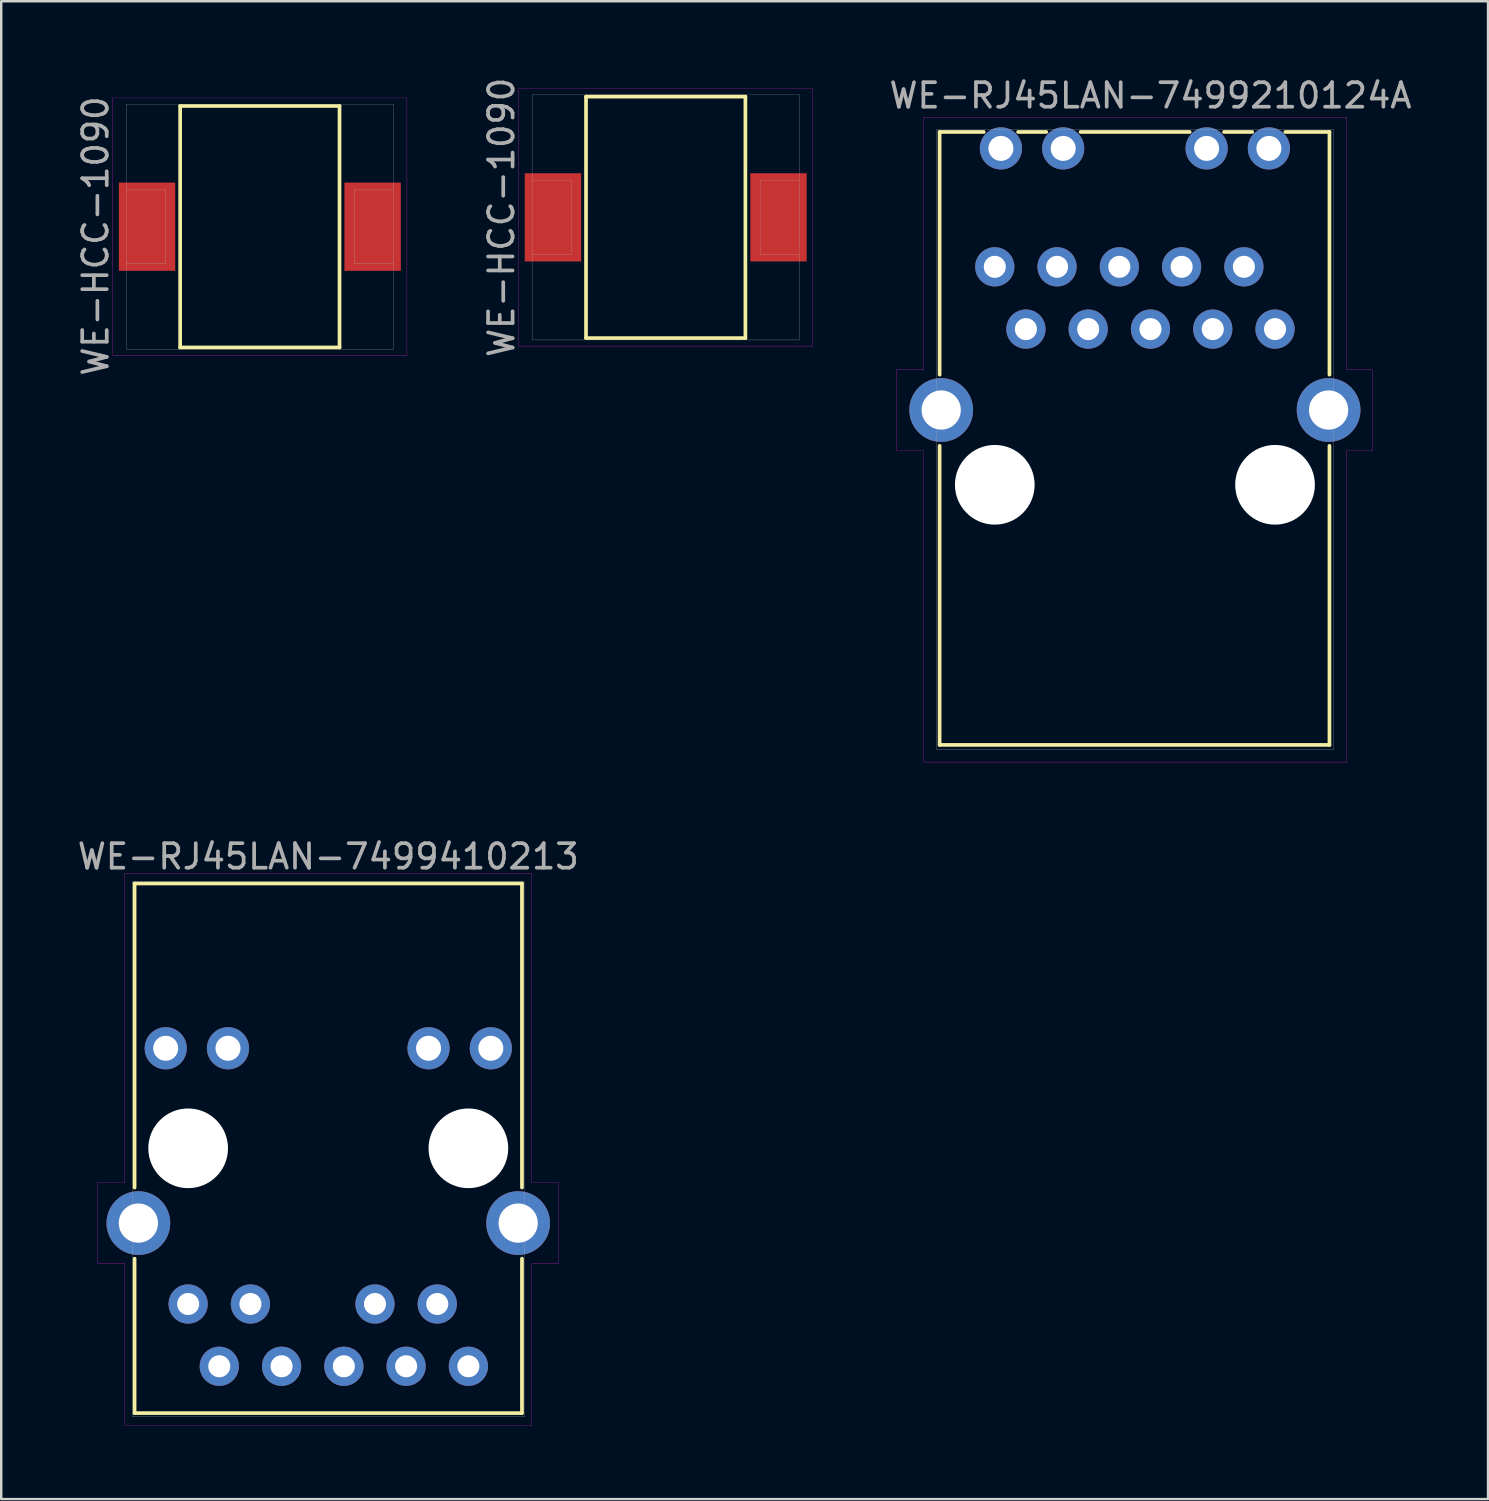
<source format=kicad_pcb>
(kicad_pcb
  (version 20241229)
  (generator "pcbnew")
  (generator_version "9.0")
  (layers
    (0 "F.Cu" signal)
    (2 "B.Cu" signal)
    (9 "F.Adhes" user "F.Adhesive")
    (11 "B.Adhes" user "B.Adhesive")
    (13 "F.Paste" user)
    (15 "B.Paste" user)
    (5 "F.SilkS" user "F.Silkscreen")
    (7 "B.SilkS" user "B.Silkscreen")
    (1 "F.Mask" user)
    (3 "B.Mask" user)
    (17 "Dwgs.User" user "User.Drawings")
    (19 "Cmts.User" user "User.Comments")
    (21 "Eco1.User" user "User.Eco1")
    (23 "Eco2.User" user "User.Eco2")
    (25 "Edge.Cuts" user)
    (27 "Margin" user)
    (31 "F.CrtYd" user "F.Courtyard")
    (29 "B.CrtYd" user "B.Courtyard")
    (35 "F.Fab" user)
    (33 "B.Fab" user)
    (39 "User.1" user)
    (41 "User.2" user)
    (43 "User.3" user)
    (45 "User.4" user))
  (footprint "WE-HCC-1090 "
    (layer "F.Cu")
    (at 7.548 6.196)
    (property "Reference" "WE-HCC-1090 " (at -6.7 0 90) (layer "F.Fab") (effects (font (size 1 1) (thickness 0.15))))
    (attr through_hole)
    (fp_line (start -3.25 -4.925) (end 3.25 -4.925) (stroke (width 0.15) (type solid)) (layer "F.SilkS"))
    (fp_line (start -3.25 4.925) (end -3.25 -4.925) (stroke (width 0.15) (type solid)) (layer "F.SilkS"))
    (fp_line (start 3.25 -4.925) (end 3.25 4.925) (stroke (width 0.15) (type solid)) (layer "F.SilkS"))
    (fp_line (start 3.25 4.925) (end -3.25 4.925) (stroke (width 0.15) (type solid)) (layer "F.SilkS"))
    (fp_line (start -6 -5.25) (end 6 -5.25) (stroke (width 0.01) (type solid)) (layer "F.CrtYd"))
    (fp_line (start -6 5.25) (end -6 -5.25) (stroke (width 0.01) (type solid)) (layer "F.CrtYd"))
    (fp_line (start 6 -5.25) (end 6 5.25) (stroke (width 0.01) (type solid)) (layer "F.CrtYd"))
    (fp_line (start 6 5.25) (end -6 5.25) (stroke (width 0.01) (type solid)) (layer "F.CrtYd"))
    (fp_line (start -5.45 -5) (end 5.45 -5) (stroke (width 0.01) (type solid)) (layer "F.Fab"))
    (fp_line (start -5.45 5) (end -5.45 -5) (stroke (width 0.01) (type solid)) (layer "F.Fab"))
    (fp_line (start -3.85 -1.5) (end -5.45 -1.5) (stroke (width 0.01) (type solid)) (layer "F.Fab"))
    (fp_line (start -3.85 -1.5) (end -3.85 1.5) (stroke (width 0.01) (type solid)) (layer "F.Fab"))
    (fp_line (start -3.85 1.5) (end -5.45 1.5) (stroke (width 0.01) (type solid)) (layer "F.Fab"))
    (fp_line (start 3.85 -1.5) (end 3.85 1.5) (stroke (width 0.01) (type solid)) (layer "F.Fab"))
    (fp_line (start 3.85 -1.5) (end 5.45 -1.5) (stroke (width 0.01) (type solid)) (layer "F.Fab"))
    (fp_line (start 3.85 1.5) (end 5.45 1.5) (stroke (width 0.01) (type solid)) (layer "F.Fab"))
    (fp_line (start 5.45 -5) (end 5.45 5) (stroke (width 0.01) (type solid)) (layer "F.Fab"))
    (fp_line (start 5.45 5) (end -5.45 5) (stroke (width 0.01) (type solid)) (layer "F.Fab"))
    (pad "1" smd rect (at -4.6 0) (size 2.3 3.6) (layers "F.Cu" "F.Mask" "F.Paste"))
    (pad "2" smd rect (at 4.6 0) (size 2.3 3.6) (layers "F.Cu" "F.Mask" "F.Paste")))
  (footprint "WE-HCC-1090"
    (layer "F.Cu")
    (at 24.102 5.815)
    (property "Reference" "WE-HCC-1090" (at -6.7 0 90) (layer "F.Fab") (effects (font (size 1 1) (thickness 0.15))))
    (attr smd)
    (fp_line (start -3.25 -4.925) (end 3.25 -4.925) (stroke (width 0.15) (type solid)) (layer "F.SilkS"))
    (fp_line (start -3.25 4.925) (end -3.25 -4.925) (stroke (width 0.15) (type solid)) (layer "F.SilkS"))
    (fp_line (start 3.25 -4.925) (end 3.25 4.925) (stroke (width 0.15) (type solid)) (layer "F.SilkS"))
    (fp_line (start 3.25 4.925) (end -3.25 4.925) (stroke (width 0.15) (type solid)) (layer "F.SilkS"))
    (fp_line (start -6 -5.25) (end 6 -5.25) (stroke (width 0.01) (type solid)) (layer "F.CrtYd"))
    (fp_line (start -6 5.25) (end -6 -5.25) (stroke (width 0.01) (type solid)) (layer "F.CrtYd"))
    (fp_line (start 6 -5.25) (end 6 5.25) (stroke (width 0.01) (type solid)) (layer "F.CrtYd"))
    (fp_line (start 6 5.25) (end -6 5.25) (stroke (width 0.01) (type solid)) (layer "F.CrtYd"))
    (fp_line (start -5.45 -5) (end 5.45 -5) (stroke (width 0.01) (type solid)) (layer "F.Fab"))
    (fp_line (start -5.45 5) (end -5.45 -5) (stroke (width 0.01) (type solid)) (layer "F.Fab"))
    (fp_line (start -3.85 -1.5) (end -5.45 -1.5) (stroke (width 0.01) (type solid)) (layer "F.Fab"))
    (fp_line (start -3.85 -1.5) (end -3.85 1.5) (stroke (width 0.01) (type solid)) (layer "F.Fab"))
    (fp_line (start -3.85 1.5) (end -5.45 1.5) (stroke (width 0.01) (type solid)) (layer "F.Fab"))
    (fp_line (start 3.85 -1.5) (end 3.85 1.5) (stroke (width 0.01) (type solid)) (layer "F.Fab"))
    (fp_line (start 3.85 -1.5) (end 5.45 -1.5) (stroke (width 0.01) (type solid)) (layer "F.Fab"))
    (fp_line (start 3.85 1.5) (end 5.45 1.5) (stroke (width 0.01) (type solid)) (layer "F.Fab"))
    (fp_line (start 5.45 -5) (end 5.45 5) (stroke (width 0.01) (type solid)) (layer "F.Fab"))
    (fp_line (start 5.45 5) (end -5.45 5) (stroke (width 0.01) (type solid)) (layer "F.Fab"))
    (pad "1" smd rect (at -4.6 0) (size 2.3 3.6) (layers "F.Cu" "F.Mask" "F.Paste"))
    (pad "2" smd rect (at 4.6 0) (size 2.3 3.6) (layers "F.Cu" "F.Mask" "F.Paste")))
  (footprint "WE-RJ45LAN-7499210124A"
    (layer "F.Cu")
    (at 43.874 7.833)
    (property "Reference" "WE-RJ45LAN-7499210124A" (at 0 -6.985 0) (layer "F.Fab") (effects (font (size 1 1) (thickness 0.15))))
    (attr through_hole)
    (fp_line (start -8.6 -5.5) (end -8.6 4.4) (stroke (width 0.15) (type solid)) (layer "F.SilkS"))
    (fp_line (start -8.6 7.3) (end -8.6 19.5) (stroke (width 0.15) (type solid)) (layer "F.SilkS"))
    (fp_line (start -8.6 19.5) (end 7.3 19.5) (stroke (width 0.15) (type solid)) (layer "F.SilkS"))
    (fp_line (start -6.8 -5.5) (end -8.6 -5.5) (stroke (width 0.15) (type solid)) (layer "F.SilkS"))
    (fp_line (start -4.25 -5.5) (end -5.4 -5.5) (stroke (width 0.15) (type solid)) (layer "F.SilkS"))
    (fp_line (start 1.6 -5.5) (end -2.85 -5.5) (stroke (width 0.15) (type solid)) (layer "F.SilkS"))
    (fp_line (start 4.15 -5.5) (end 3 -5.5) (stroke (width 0.15) (type solid)) (layer "F.SilkS"))
    (fp_line (start 7.3 -5.5) (end 5.5 -5.5) (stroke (width 0.15) (type solid)) (layer "F.SilkS"))
    (fp_line (start 7.3 4.4) (end 7.3 -5.5) (stroke (width 0.15) (type solid)) (layer "F.SilkS"))
    (fp_line (start 7.3 19.5) (end 7.3 7.3) (stroke (width 0.15) (type solid)) (layer "F.SilkS"))
    (fp_line (start -10.35 7.5) (end -10.35 4.2) (stroke (width 0.01) (type solid)) (layer "F.CrtYd"))
    (fp_line (start -9.25 4.2) (end -10.35 4.2) (stroke (width 0.01) (type solid)) (layer "F.CrtYd"))
    (fp_line (start -9.25 4.2) (end -9.25 -6.1) (stroke (width 0.01) (type solid)) (layer "F.CrtYd"))
    (fp_line (start -9.25 7.5) (end -10.35 7.5) (stroke (width 0.01) (type solid)) (layer "F.CrtYd"))
    (fp_line (start -9.25 20.2) (end -9.25 7.5) (stroke (width 0.01) (type solid)) (layer "F.CrtYd"))
    (fp_line (start -9.25 20.2) (end 8 20.2) (stroke (width 0.01) (type solid)) (layer "F.CrtYd"))
    (fp_line (start 8 -6.1) (end -9.25 -6.1) (stroke (width 0.01) (type solid)) (layer "F.CrtYd"))
    (fp_line (start 8 4.2) (end 8 -6.1) (stroke (width 0.01) (type solid)) (layer "F.CrtYd"))
    (fp_line (start 8 20.2) (end 8 7.5) (stroke (width 0.01) (type solid)) (layer "F.CrtYd"))
    (fp_line (start 9.05 4.2) (end 8 4.2) (stroke (width 0.01) (type solid)) (layer "F.CrtYd"))
    (fp_line (start 9.05 7.5) (end 8 7.5) (stroke (width 0.01) (type solid)) (layer "F.CrtYd"))
    (fp_line (start 9.05 7.5) (end 9.05 4.2) (stroke (width 0.01) (type solid)) (layer "F.CrtYd"))
    (fp_line (start -8.735 -5.61) (end -8.735 19.69) (stroke (width 0.01) (type solid)) (layer "F.Fab"))
    (fp_line (start -8.735 19.69) (end 7.465 19.69) (stroke (width 0.01) (type solid)) (layer "F.Fab"))
    (fp_line (start 7.465 -5.61) (end -8.735 -5.61) (stroke (width 0.01) (type solid)) (layer "F.Fab"))
    (fp_line (start 7.465 19.69) (end 7.465 -5.61) (stroke (width 0.01) (type solid)) (layer "F.Fab"))
    (pad "" thru_hole circle (at -8.535 5.84) (size 2.6 2.6) (drill 1.6) (layers "*.Cu" "*.Mask"))
    (pad "" np_thru_hole circle (at -6.35 8.89) (size 3.25 3.25) (drill 3.25) (layers "*.Cu" "*.Mask"))
    (pad "" np_thru_hole circle (at 5.08 8.89) (size 3.25 3.25) (drill 3.25) (layers "*.Cu" "*.Mask"))
    (pad "" thru_hole circle (at 7.265 5.84) (size 2.6 2.6) (drill 1.6) (layers "*.Cu" "*.Mask"))
    (pad "1" thru_hole circle (at 5.08 2.54 90) (size 1.6 1.6) (drill 0.9) (layers "*.Cu" "*.Mask"))
    (pad "2" thru_hole circle (at 3.81 0) (size 1.6 1.6) (drill 0.9) (layers "*.Cu" "*.Mask"))
    (pad "3" thru_hole circle (at 2.54 2.54) (size 1.6 1.6) (drill 0.9) (layers "*.Cu" "*.Mask"))
    (pad "4" thru_hole circle (at 1.27 0) (size 1.6 1.6) (drill 0.9) (layers "*.Cu" "*.Mask"))
    (pad "5" thru_hole circle (at 0 2.54) (size 1.6 1.6) (drill 0.9) (layers "*.Cu" "*.Mask"))
    (pad "6" thru_hole circle (at -1.27 0) (size 1.6 1.6) (drill 0.9) (layers "*.Cu" "*.Mask"))
    (pad "7" thru_hole circle (at -2.54 2.54) (size 1.6 1.6) (drill 0.9) (layers "*.Cu" "*.Mask"))
    (pad "8" thru_hole circle (at -3.81 0) (size 1.6 1.6) (drill 0.9) (layers "*.Cu" "*.Mask"))
    (pad "9" thru_hole circle (at -5.08 2.54) (size 1.6 1.6) (drill 0.9) (layers "*.Cu" "*.Mask"))
    (pad "10" thru_hole circle (at -6.35 0 90) (size 1.6 1.6) (drill 0.9) (layers "*.Cu" "*.Mask"))
    (pad "11" thru_hole circle (at 4.83 -4.83) (size 1.72 1.72) (drill 1.02) (layers "*.Cu" "*.Mask"))
    (pad "12" thru_hole circle (at 2.29 -4.83) (size 1.72 1.72) (drill 1.02) (layers "*.Cu" "*.Mask"))
    (pad "13" thru_hole circle (at -3.56 -4.83) (size 1.72 1.72) (drill 1.02) (layers "*.Cu" "*.Mask"))
    (pad "14" thru_hole circle (at -6.1 -4.83) (size 1.72 1.72) (drill 1.02) (layers "*.Cu" "*.Mask")))
  (footprint "WE-RJ45LAN-7499410213"
    (layer "F.Cu")
    (at 10.339 43.786)
    (property "Reference" "WE-RJ45LAN-7499410213" (at 0 -11.9 0) (layer "F.Fab") (effects (font (size 1 1) (thickness 0.15))))
    (attr through_hole)
    (fp_line (start -7.9 -10.8) (end -7.9 1.6) (stroke (width 0.15) (type solid)) (layer "F.SilkS"))
    (fp_line (start -7.9 4.5) (end -7.9 10.8) (stroke (width 0.15) (type solid)) (layer "F.SilkS"))
    (fp_line (start -7.9 10.8) (end 7.9 10.8) (stroke (width 0.15) (type solid)) (layer "F.SilkS"))
    (fp_line (start 7.9 -10.8) (end -7.9 -10.8) (stroke (width 0.15) (type solid)) (layer "F.SilkS"))
    (fp_line (start 7.9 1.6) (end 7.9 -10.8) (stroke (width 0.15) (type solid)) (layer "F.SilkS"))
    (fp_line (start 7.9 10.8) (end 7.9 4.5) (stroke (width 0.15) (type solid)) (layer "F.SilkS"))
    (fp_line (start -9.4 1.4) (end -9.4 4.7) (stroke (width 0.01) (type solid)) (layer "F.CrtYd"))
    (fp_line (start -9.4 4.7) (end -8.3 4.7) (stroke (width 0.01) (type solid)) (layer "F.CrtYd"))
    (fp_line (start -8.3 -11.2) (end -8.3 1.4) (stroke (width 0.01) (type solid)) (layer "F.CrtYd"))
    (fp_line (start -8.3 1.4) (end -9.4 1.4) (stroke (width 0.01) (type solid)) (layer "F.CrtYd"))
    (fp_line (start -8.3 4.7) (end -8.3 11.3) (stroke (width 0.01) (type solid)) (layer "F.CrtYd"))
    (fp_line (start -8.3 11.3) (end 8.3 11.3) (stroke (width 0.01) (type solid)) (layer "F.CrtYd"))
    (fp_line (start 8.3 -11.2) (end -8.3 -11.2) (stroke (width 0.01) (type solid)) (layer "F.CrtYd"))
    (fp_line (start 8.3 1.4) (end 8.3 -11.2) (stroke (width 0.01) (type solid)) (layer "F.CrtYd"))
    (fp_line (start 8.3 4.7) (end 9.4 4.7) (stroke (width 0.01) (type solid)) (layer "F.CrtYd"))
    (fp_line (start 8.3 11.3) (end 8.3 4.7) (stroke (width 0.01) (type solid)) (layer "F.CrtYd"))
    (fp_line (start 9.4 1.4) (end 8.3 1.4) (stroke (width 0.01) (type solid)) (layer "F.CrtYd"))
    (fp_line (start 9.4 4.7) (end 9.4 1.4) (stroke (width 0.01) (type solid)) (layer "F.CrtYd"))
    (fp_line (start -8 -10.89) (end -8 10.95) (stroke (width 0.01) (type solid)) (layer "F.Fab"))
    (fp_line (start -8 10.95) (end 8 10.95) (stroke (width 0.01) (type solid)) (layer "F.Fab"))
    (fp_line (start 8 -10.89) (end -8 -10.89) (stroke (width 0.01) (type solid)) (layer "F.Fab"))
    (fp_line (start 8 10.95) (end 8 -10.89) (stroke (width 0.01) (type solid)) (layer "F.Fab"))
    (pad "" np_thru_hole circle (at -5.715 0) (size 3.25 3.25) (drill 3.25) (layers "*.Cu" "*.Mask"))
    (pad "" np_thru_hole circle (at 5.715 0) (size 3.25 3.25) (drill 3.25) (layers "*.Cu" "*.Mask"))
    (pad "1" thru_hole circle (at 5.715 8.89 90) (size 1.6 1.6) (drill 0.9) (layers "*.Cu" "*.Mask"))
    (pad "2" thru_hole circle (at 4.445 6.35) (size 1.6 1.6) (drill 0.9) (layers "*.Cu" "*.Mask"))
    (pad "3" thru_hole circle (at 3.175 8.89) (size 1.6 1.6) (drill 0.9) (layers "*.Cu" "*.Mask"))
    (pad "4" thru_hole circle (at 1.905 6.35) (size 1.6 1.6) (drill 0.9) (layers "*.Cu" "*.Mask"))
    (pad "5" thru_hole circle (at 0.635 8.89) (size 1.6 1.6) (drill 0.9) (layers "*.Cu" "*.Mask"))
    (pad "7" thru_hole circle (at -1.905 8.89) (size 1.6 1.6) (drill 0.9) (layers "*.Cu" "*.Mask"))
    (pad "8" thru_hole circle (at -3.175 6.35) (size 1.6 1.6) (drill 0.9) (layers "*.Cu" "*.Mask"))
    (pad "9" thru_hole circle (at -4.445 8.89) (size 1.6 1.6) (drill 0.9) (layers "*.Cu" "*.Mask"))
    (pad "10" thru_hole circle (at -5.715 6.35 90) (size 1.6 1.6) (drill 0.9) (layers "*.Cu" "*.Mask"))
    (pad "11" thru_hole circle (at 6.63 -4.08) (size 1.72 1.72) (drill 1.02) (layers "*.Cu" "*.Mask"))
    (pad "12" thru_hole circle (at 4.09 -4.08) (size 1.72 1.72) (drill 1.02) (layers "*.Cu" "*.Mask"))
    (pad "13" thru_hole circle (at -4.09 -4.08) (size 1.72 1.72) (drill 1.02) (layers "*.Cu" "*.Mask"))
    (pad "14" thru_hole circle (at -6.63 -4.08) (size 1.72 1.72) (drill 1.02) (layers "*.Cu" "*.Mask"))
    (pad "S1" thru_hole circle (at -7.745 3.05) (size 2.6 2.6) (drill 1.6) (layers "*.Cu" "*.Mask"))
    (pad "S2" thru_hole circle (at 7.745 3.05) (size 2.6 2.6) (drill 1.6) (layers "*.Cu" "*.Mask")))
  (gr_rect
    (start -3 -3)
    (end 57.642 58.092)
    (stroke (width 0.1) (type default))
    (fill no)
    (layer "Edge.Cuts")))
</source>
